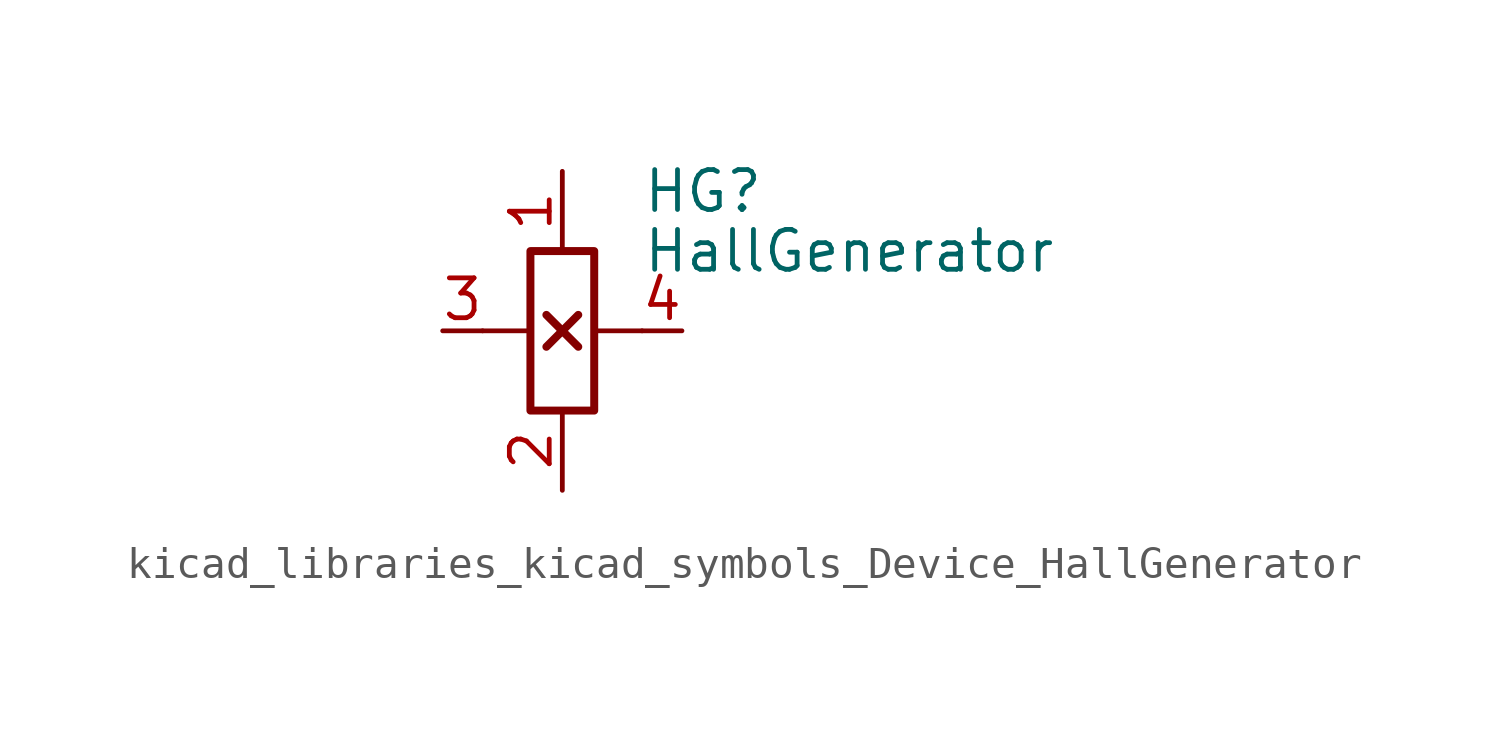
<source format=kicad_sym>
(kicad_symbol_lib
  (version 20220914)
  (generator kicad_symbol_editor)
  (symbol "kicad_libraries_kicad_symbols_Device_HallGenerator"
    (pin_names
      (offset 0) hide)
    (property "Reference" "HG"
      (at 2.54 4.445 0)
      (effects (font (size 1.27 1.27)) (justify left)))
    (property "Value" "HallGenerator"
      (at 2.54 2.54 0)
      (effects (font (size 1.27 1.27)) (justify left)))
    (symbol "kicad_libraries_kicad_symbols_Device_HallGenerator_0_1"
      (rectangle (start -1.016 2.54) (end 1.016 -2.54) (stroke (width 0.254) (type default)) (fill (type none)))
      (polyline (pts (xy -1.016 0) (xy -2.54 0)) (stroke (width 0) (type default)) (fill (type none)))
      (polyline (pts (xy -0.508 -0.508) (xy 0.508 0.508)) (stroke (width 0.254) (type default)) (fill (type none)))
      (polyline (pts (xy -0.508 0.508) (xy 0.508 -0.508)) (stroke (width 0.254) (type default)) (fill (type none)))
      (polyline (pts (xy 1.016 0) (xy 2.54 0)) (stroke (width 0) (type default)) (fill (type none))))
    (symbol "kicad_libraries_kicad_symbols_Device_HallGenerator_1_1"
      (pin passive line (at 0 5.08 270) (length 2.54) (name "U1" (effects (font (size 1.27 1.27)))) (number "1" (effects (font (size 1.27 1.27)))))
      (pin passive line (at 0 -5.08 90) (length 2.54) (name "U2" (effects (font (size 1.27 1.27)))) (number "2" (effects (font (size 1.27 1.27)))))
      (pin passive line (at -3.81 0 0) (length 1.27) (name "UH1" (effects (font (size 1.27 1.27)))) (number "3" (effects (font (size 1.27 1.27)))))
      (pin passive line (at 3.81 0 180) (length 1.27) (name "UH2" (effects (font (size 1.27 1.27)))) (number "4" (effects (font (size 1.27 1.27))))))))
</source>
